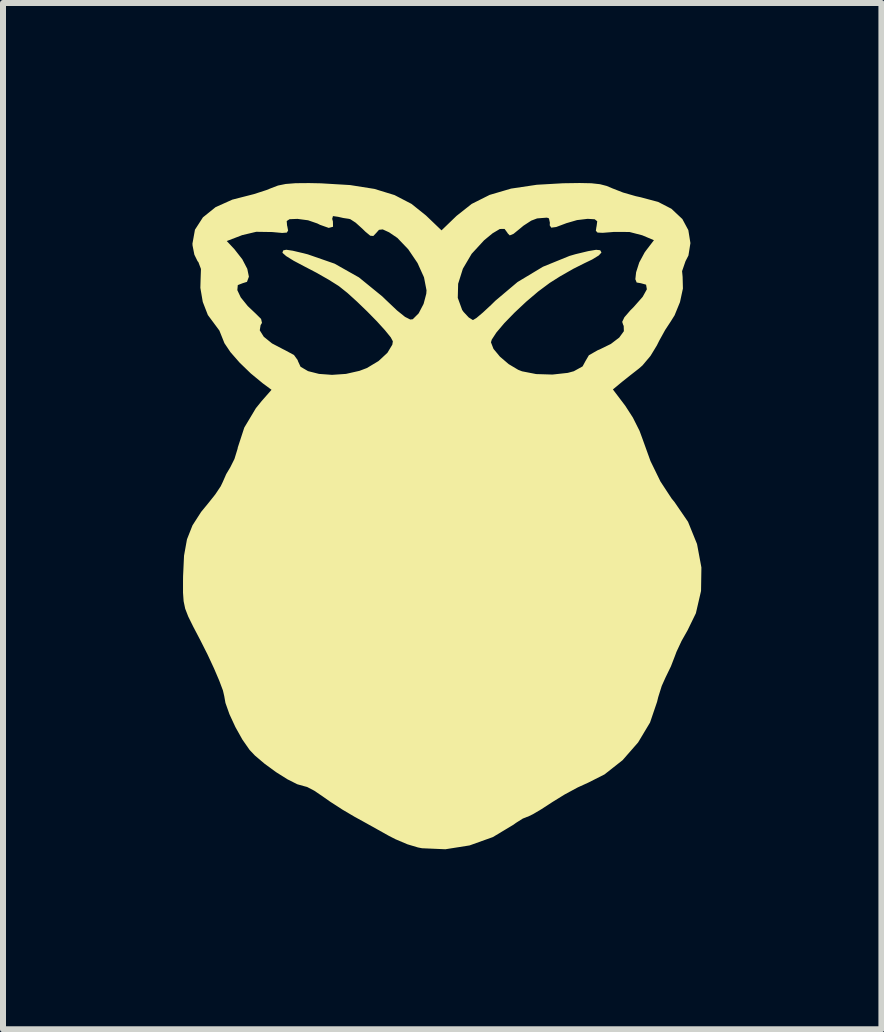
<source format=kicad_pcb>
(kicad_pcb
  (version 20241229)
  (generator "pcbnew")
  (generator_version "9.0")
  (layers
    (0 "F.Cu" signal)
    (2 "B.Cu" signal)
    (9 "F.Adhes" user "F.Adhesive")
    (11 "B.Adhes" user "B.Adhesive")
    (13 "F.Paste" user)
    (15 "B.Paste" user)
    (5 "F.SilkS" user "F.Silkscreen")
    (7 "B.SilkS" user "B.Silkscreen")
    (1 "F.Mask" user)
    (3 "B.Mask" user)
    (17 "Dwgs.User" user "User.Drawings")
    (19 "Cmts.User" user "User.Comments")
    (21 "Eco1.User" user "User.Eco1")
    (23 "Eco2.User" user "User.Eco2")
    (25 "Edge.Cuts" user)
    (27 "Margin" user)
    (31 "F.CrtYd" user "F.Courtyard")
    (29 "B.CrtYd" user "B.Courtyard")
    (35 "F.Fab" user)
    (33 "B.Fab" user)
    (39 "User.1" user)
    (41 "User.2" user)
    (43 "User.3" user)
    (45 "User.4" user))
  (footprint "logo"
    (layer "F.Cu")
    (at 4.417 5.759)
    (property "Reference" "logo" (at 0 0 0) (layer "F.SilkS") (effects (font (size 1.524 1.524) (thickness 0.3))))
    (attr board_only exclude_from_pos_files exclude_from_bom)
    (fp_poly (pts (xy 2.389 -5.755) (xy 2.532 -5.739) (xy 2.644 -5.71) (xy 2.736 -5.671) (xy 2.915 -5.601) (xy 3.127 -5.54) (xy 3.209 -5.522) (xy 3.501 -5.444) (xy 3.722 -5.33) (xy 3.9 -5.163) (xy 3.904 -5.16) (xy 4.004 -4.974) (xy 4.039 -4.758) (xy 4.006 -4.551) (xy 3.957 -4.456) (xy 3.9 -4.29) (xy 3.909 -4.194) (xy 3.914 -4.001) (xy 3.865 -3.774) (xy 3.775 -3.554) (xy 3.71 -3.45) (xy 3.618 -3.31) (xy 3.519 -3.131) (xy 3.479 -3.051) (xy 3.373 -2.877) (xy 3.24 -2.719) (xy 3.182 -2.668) (xy 3.036 -2.554) (xy 2.899 -2.445) (xy 2.875 -2.425) (xy 2.747 -2.319) (xy 2.953 -2.047) (xy 3.08 -1.85) (xy 3.191 -1.629) (xy 3.243 -1.488) (xy 3.374 -1.124) (xy 3.54 -0.784) (xy 3.725 -0.502) (xy 3.774 -0.442) (xy 3.999 -0.113) (xy 4.149 0.257) (xy 4.222 0.648) (xy 4.216 1.039) (xy 4.13 1.411) (xy 3.991 1.696) (xy 3.891 1.873) (xy 3.806 2.055) (xy 3.782 2.12) (xy 3.714 2.296) (xy 3.634 2.461) (xy 3.627 2.475) (xy 3.561 2.622) (xy 3.502 2.81) (xy 3.483 2.888) (xy 3.366 3.232) (xy 3.167 3.564) (xy 2.908 3.86) (xy 2.607 4.097) (xy 2.338 4.233) (xy 2.16 4.314) (xy 1.945 4.43) (xy 1.736 4.559) (xy 1.721 4.569) (xy 1.553 4.678) (xy 1.414 4.76) (xy 1.328 4.802) (xy 1.317 4.804) (xy 1.245 4.833) (xy 1.131 4.905) (xy 1.09 4.935) (xy 0.747 5.141) (xy 0.359 5.28) (xy -0.045 5.344) (xy -0.434 5.327) (xy -0.501 5.314) (xy -0.675 5.262) (xy -0.876 5.177) (xy -0.987 5.12) (xy -1.182 5.011) (xy -1.408 4.885) (xy -1.559 4.802) (xy -1.761 4.683) (xy -1.965 4.551) (xy -2.09 4.463) (xy -2.23 4.368) (xy -2.349 4.306) (xy -2.398 4.293) (xy -2.512 4.261) (xy -2.677 4.178) (xy -2.866 4.059) (xy -3.055 3.921) (xy -3.218 3.783) (xy -3.307 3.689) (xy -3.427 3.517) (xy -3.544 3.308) (xy -3.643 3.094) (xy -3.71 2.905) (xy -3.73 2.792) (xy -3.752 2.697) (xy -3.813 2.535) (xy -3.901 2.329) (xy -4.008 2.099) (xy -4.123 1.871) (xy -4.126 1.865) (xy -4.247 1.634) (xy -4.33 1.466) (xy -4.381 1.334) (xy -4.407 1.21) (xy -4.417 1.068) (xy -4.417 0.879) (xy -4.416 0.792) (xy -4.4 0.451) (xy -4.351 0.179) (xy -4.259 -0.054) (xy -4.115 -0.278) (xy -3.996 -0.423) (xy -3.879 -0.57) (xy -3.789 -0.705) (xy -3.754 -0.778) (xy -3.697 -0.908) (xy -3.629 -1.022) (xy -3.56 -1.16) (xy -3.508 -1.329) (xy -3.504 -1.352) (xy -3.396 -1.683) (xy -3.203 -2.006) (xy -3.106 -2.126) (xy -2.942 -2.313) (xy -3.088 -2.421) (xy -3.288 -2.586) (xy -3.474 -2.766) (xy -3.627 -2.941) (xy -3.727 -3.09) (xy -3.754 -3.158) (xy -3.811 -3.3) (xy -3.885 -3.4) (xy -4.003 -3.559) (xy -4.088 -3.778) (xy -4.128 -4.012) (xy -4.124 -4.152) (xy -4.118 -4.327) (xy -4.161 -4.441) (xy -4.175 -4.457) (xy -4.228 -4.565) (xy -4.258 -4.717) (xy -4.26 -4.749) (xy -4.252 -4.792) (xy -3.688 -4.792) (xy -3.562 -4.658) (xy -3.429 -4.488) (xy -3.346 -4.329) (xy -3.319 -4.198) (xy -3.351 -4.112) (xy -3.424 -4.089) (xy -3.504 -4.058) (xy -3.512 -3.974) (xy -3.455 -3.853) (xy -3.338 -3.708) (xy -3.207 -3.584) (xy -3.116 -3.494) (xy -3.101 -3.428) (xy -3.124 -3.391) (xy -3.138 -3.304) (xy -3.071 -3.197) (xy -2.934 -3.086) (xy -2.743 -2.986) (xy -2.728 -2.979) (xy -2.568 -2.893) (xy -2.505 -2.806) (xy -2.504 -2.796) (xy -2.458 -2.697) (xy -2.333 -2.624) (xy -2.151 -2.578) (xy -1.934 -2.562) (xy -1.701 -2.578) (xy -1.476 -2.629) (xy -1.352 -2.676) (xy -1.159 -2.792) (xy -1.011 -2.929) (xy -0.929 -3.065) (xy -0.92 -3.121) (xy -0.955 -3.187) (xy -1.05 -3.304) (xy -1.186 -3.454) (xy -1.348 -3.619) (xy -1.517 -3.782) (xy -1.677 -3.927) (xy -1.811 -4.034) (xy -1.829 -4.047) (xy -1.988 -4.147) (xy -2.195 -4.265) (xy -2.404 -4.374) (xy -2.572 -4.463) (xy -2.698 -4.541) (xy -2.758 -4.594) (xy -2.76 -4.6) (xy -2.747 -4.636) (xy -2.696 -4.647) (xy -2.589 -4.631) (xy -2.407 -4.588) (xy -2.337 -4.57) (xy -1.891 -4.415) (xy -1.485 -4.186) (xy -1.097 -3.87) (xy -1.038 -3.813) (xy -0.85 -3.635) (xy -0.717 -3.528) (xy -0.63 -3.484) (xy -0.588 -3.489) (xy -0.49 -3.587) (xy -0.408 -3.744) (xy -0.381 -3.845) (xy 0.162 -3.845) (xy 0.235 -3.644) (xy 0.259 -3.61) (xy 0.345 -3.518) (xy 0.412 -3.476) (xy 0.415 -3.475) (xy 0.472 -3.509) (xy 0.58 -3.6) (xy 0.721 -3.731) (xy 0.788 -3.797) (xy 1.158 -4.109) (xy 1.582 -4.364) (xy 2.024 -4.544) (xy 2.124 -4.573) (xy 2.336 -4.624) (xy 2.467 -4.646) (xy 2.535 -4.639) (xy 2.555 -4.604) (xy 2.555 -4.599) (xy 2.512 -4.552) (xy 2.401 -4.484) (xy 2.278 -4.425) (xy 2.085 -4.328) (xy 1.863 -4.201) (xy 1.694 -4.094) (xy 1.502 -3.951) (xy 1.302 -3.781) (xy 1.108 -3.599) (xy 0.937 -3.423) (xy 0.805 -3.267) (xy 0.728 -3.149) (xy 0.715 -3.104) (xy 0.757 -2.995) (xy 0.864 -2.866) (xy 1.01 -2.741) (xy 1.169 -2.646) (xy 1.233 -2.621) (xy 1.469 -2.575) (xy 1.74 -2.567) (xy 1.995 -2.595) (xy 2.095 -2.622) (xy 2.242 -2.703) (xy 2.29 -2.792) (xy 2.347 -2.889) (xy 2.495 -2.973) (xy 2.525 -2.985) (xy 2.713 -3.077) (xy 2.853 -3.184) (xy 2.93 -3.29) (xy 2.927 -3.38) (xy 2.92 -3.39) (xy 2.902 -3.445) (xy 2.938 -3.521) (xy 3.038 -3.637) (xy 3.092 -3.691) (xy 3.243 -3.862) (xy 3.313 -3.988) (xy 3.3 -4.065) (xy 3.213 -4.089) (xy 3.143 -4.101) (xy 3.121 -4.156) (xy 3.134 -4.272) (xy 3.186 -4.435) (xy 3.276 -4.602) (xy 3.297 -4.631) (xy 3.431 -4.806) (xy 3.236 -4.888) (xy 3.023 -4.943) (xy 2.76 -4.944) (xy 2.743 -4.942) (xy 2.577 -4.929) (xy 2.491 -4.933) (xy 2.463 -4.963) (xy 2.472 -5.026) (xy 2.475 -5.038) (xy 2.486 -5.121) (xy 2.444 -5.155) (xy 2.326 -5.162) (xy 2.325 -5.162) (xy 2.149 -5.141) (xy 1.97 -5.089) (xy 1.96 -5.085) (xy 1.803 -5.026) (xy 1.72 -5.015) (xy 1.694 -5.054) (xy 1.697 -5.098) (xy 1.681 -5.17) (xy 1.648 -5.182) (xy 1.544 -5.174) (xy 1.484 -5.169) (xy 1.386 -5.132) (xy 1.257 -5.048) (xy 1.203 -5.003) (xy 1.091 -4.912) (xy 1.028 -4.886) (xy 0.995 -4.919) (xy 0.991 -4.927) (xy 0.942 -4.994) (xy 0.863 -4.993) (xy 0.742 -4.921) (xy 0.601 -4.805) (xy 0.393 -4.579) (xy 0.247 -4.331) (xy 0.168 -4.08) (xy 0.162 -3.845) (xy -0.381 -3.845) (xy -0.363 -3.914) (xy -0.359 -3.971) (xy -0.401 -4.187) (xy -0.509 -4.426) (xy -0.664 -4.655) (xy -0.845 -4.844) (xy -0.982 -4.937) (xy -1.089 -4.986) (xy -1.151 -4.979) (xy -1.199 -4.925) (xy -1.246 -4.876) (xy -1.297 -4.881) (xy -1.378 -4.948) (xy -1.429 -4.998) (xy -1.54 -5.098) (xy -1.629 -5.156) (xy -1.652 -5.162) (xy -1.746 -5.176) (xy -1.833 -5.196) (xy -1.918 -5.208) (xy -1.931 -5.162) (xy -1.919 -5.118) (xy -1.917 -5.03) (xy -1.989 -5.011) (xy -2.133 -5.062) (xy -2.179 -5.085) (xy -2.333 -5.138) (xy -2.508 -5.161) (xy -2.518 -5.161) (xy -2.642 -5.156) (xy -2.689 -5.125) (xy -2.683 -5.051) (xy -2.679 -5.037) (xy -2.666 -4.967) (xy -2.687 -4.933) (xy -2.765 -4.927) (xy -2.92 -4.941) (xy -2.933 -4.942) (xy -3.197 -4.946) (xy -3.433 -4.89) (xy -3.453 -4.882) (xy -3.688 -4.792) (xy -4.252 -4.792) (xy -4.218 -4.981) (xy -4.085 -5.187) (xy -3.874 -5.357) (xy -3.595 -5.482) (xy -3.443 -5.521) (xy -3.236 -5.574) (xy -3.029 -5.641) (xy -2.947 -5.674) (xy -2.834 -5.717) (xy -2.706 -5.743) (xy -2.542 -5.756) (xy -2.315 -5.758) (xy -2.12 -5.754) (xy -1.633 -5.725) (xy -1.228 -5.661) (xy -0.892 -5.558) (xy -0.609 -5.411) (xy -0.367 -5.217) (xy -0.109 -4.97) (xy 0.142 -5.212) (xy 0.394 -5.411) (xy 0.693 -5.561) (xy 1.05 -5.666) (xy 1.48 -5.73) (xy 1.916 -5.755) (xy 2.192 -5.759)) (stroke (width 0) (type solid)) (fill yes) (layer "F.SilkS")))
  (gr_rect
    (start -3 -3)
    (end 11.639 14.103)
    (stroke (width 0.1) (type default))
    (fill no)
    (layer "Edge.Cuts")))
</source>
